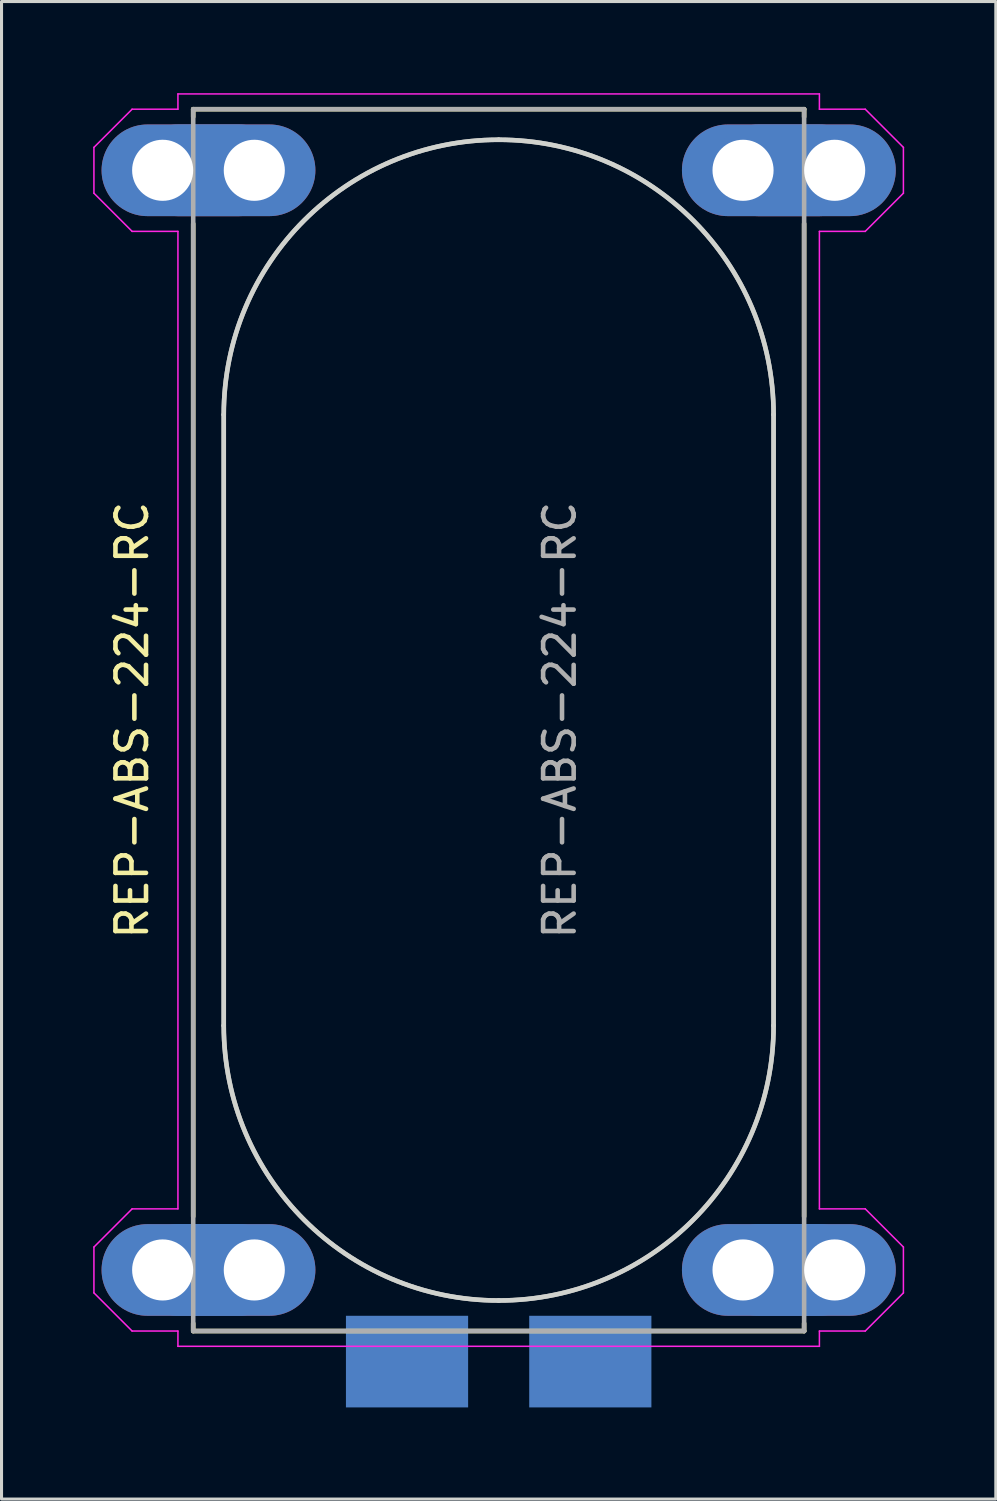
<source format=kicad_pcb>
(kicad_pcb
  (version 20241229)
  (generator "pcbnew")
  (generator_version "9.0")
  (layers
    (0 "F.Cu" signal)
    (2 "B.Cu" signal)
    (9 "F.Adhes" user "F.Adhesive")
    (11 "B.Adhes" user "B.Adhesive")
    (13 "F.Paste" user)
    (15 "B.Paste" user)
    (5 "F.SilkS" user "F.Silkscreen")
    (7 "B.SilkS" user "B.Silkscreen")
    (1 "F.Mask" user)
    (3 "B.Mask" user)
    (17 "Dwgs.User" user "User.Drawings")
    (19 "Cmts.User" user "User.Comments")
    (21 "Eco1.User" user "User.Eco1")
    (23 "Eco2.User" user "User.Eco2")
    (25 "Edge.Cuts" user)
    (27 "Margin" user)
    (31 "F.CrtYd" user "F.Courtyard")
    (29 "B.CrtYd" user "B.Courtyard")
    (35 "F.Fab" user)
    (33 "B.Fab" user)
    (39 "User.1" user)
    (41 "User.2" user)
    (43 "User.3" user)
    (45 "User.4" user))
  (footprint "REP-ABS-224-RC"
    (layer "F.Cu")
    (at 13.275 20.525)
    (property "Reference" "REP-ABS-224-RC" (at -12 0 90) (layer "F.SilkS") (effects (font (size 1 1) (thickness 0.15))))
    (attr through_hole)
    (fp_line (start -10 -20) (end -10 -19.75) (stroke (width 0.15) (type solid)) (layer "F.SilkS"))
    (fp_line (start -10 -16.25) (end -10 16.25) (stroke (width 0.15) (type solid)) (layer "F.SilkS"))
    (fp_line (start -10 20) (end -10 19.75) (stroke (width 0.15) (type solid)) (layer "F.SilkS"))
    (fp_line (start -10 20) (end 10 20) (stroke (width 0.15) (type solid)) (layer "F.SilkS"))
    (fp_line (start 10 -20) (end -10 -20) (stroke (width 0.15) (type solid)) (layer "F.SilkS"))
    (fp_line (start 10 -20) (end 10 -19.75) (stroke (width 0.15) (type solid)) (layer "F.SilkS"))
    (fp_line (start 10 16.25) (end 10 -16.25) (stroke (width 0.15) (type solid)) (layer "F.SilkS"))
    (fp_line (start 10 20) (end 10 19.75) (stroke (width 0.15) (type solid)) (layer "F.SilkS"))
    (fp_line (start -9 10) (end -9 -10) (stroke (width 0.15) (type solid)) (layer "Edge.Cuts"))
    (fp_line (start 9 10) (end 9 -10) (stroke (width 0.15) (type solid)) (layer "Edge.Cuts"))
    (fp_arc (start -9 -10) (mid -6.363961 -16.363961) (end 0 -19) (stroke (width 0.15) (type solid)) (layer "Edge.Cuts"))
    (fp_arc (start 0 -19) (mid 6.363961 -16.363961) (end 9 -10) (stroke (width 0.15) (type solid)) (layer "Edge.Cuts"))
    (fp_arc (start 0 19) (mid -6.363961 16.363961) (end -9 10) (stroke (width 0.15) (type solid)) (layer "Edge.Cuts"))
    (fp_arc (start 9 10) (mid 6.363961 16.363961) (end 0 19) (stroke (width 0.15) (type solid)) (layer "Edge.Cuts"))
    (fp_line (start -13.25 -17.25) (end -13.25 -18.75) (stroke (width 0.05) (type solid)) (layer "F.CrtYd"))
    (fp_line (start -13.25 18.75) (end -13.25 17.25) (stroke (width 0.05) (type solid)) (layer "F.CrtYd"))
    (fp_line (start -13.25 18.75) (end -12 20) (stroke (width 0.05) (type solid)) (layer "F.CrtYd"))
    (fp_line (start -12 -20) (end -13.25 -18.75) (stroke (width 0.05) (type solid)) (layer "F.CrtYd"))
    (fp_line (start -12 -16) (end -13.25 -17.25) (stroke (width 0.05) (type solid)) (layer "F.CrtYd"))
    (fp_line (start -12 16) (end -13.25 17.25) (stroke (width 0.05) (type solid)) (layer "F.CrtYd"))
    (fp_line (start -12 16) (end -10.5 16) (stroke (width 0.05) (type solid)) (layer "F.CrtYd"))
    (fp_line (start -10.5 -20.5) (end -10.5 -20) (stroke (width 0.05) (type solid)) (layer "F.CrtYd"))
    (fp_line (start -10.5 -20.5) (end 10.5 -20.5) (stroke (width 0.05) (type solid)) (layer "F.CrtYd"))
    (fp_line (start -10.5 -20) (end -12 -20) (stroke (width 0.05) (type solid)) (layer "F.CrtYd"))
    (fp_line (start -10.5 -16) (end -12 -16) (stroke (width 0.05) (type solid)) (layer "F.CrtYd"))
    (fp_line (start -10.5 16) (end -10.5 -16) (stroke (width 0.05) (type solid)) (layer "F.CrtYd"))
    (fp_line (start -10.5 20) (end -12 20) (stroke (width 0.05) (type solid)) (layer "F.CrtYd"))
    (fp_line (start -10.5 20.5) (end -10.5 20) (stroke (width 0.05) (type solid)) (layer "F.CrtYd"))
    (fp_line (start 10.5 -20.5) (end 10.5 -20) (stroke (width 0.05) (type solid)) (layer "F.CrtYd"))
    (fp_line (start 10.5 -20) (end 12 -20) (stroke (width 0.05) (type solid)) (layer "F.CrtYd"))
    (fp_line (start 10.5 -16) (end 10.5 16) (stroke (width 0.05) (type solid)) (layer "F.CrtYd"))
    (fp_line (start 10.5 16) (end 12 16) (stroke (width 0.05) (type solid)) (layer "F.CrtYd"))
    (fp_line (start 10.5 20) (end 12 20) (stroke (width 0.05) (type solid)) (layer "F.CrtYd"))
    (fp_line (start 10.5 20.5) (end -10.5 20.5) (stroke (width 0.05) (type solid)) (layer "F.CrtYd"))
    (fp_line (start 10.5 20.5) (end 10.5 20) (stroke (width 0.05) (type solid)) (layer "F.CrtYd"))
    (fp_line (start 12 -20) (end 13.25 -18.75) (stroke (width 0.05) (type solid)) (layer "F.CrtYd"))
    (fp_line (start 12 -16) (end 10.5 -16) (stroke (width 0.05) (type solid)) (layer "F.CrtYd"))
    (fp_line (start 12 16) (end 13.25 17.25) (stroke (width 0.05) (type solid)) (layer "F.CrtYd"))
    (fp_line (start 12 20) (end 13.25 18.75) (stroke (width 0.05) (type solid)) (layer "F.CrtYd"))
    (fp_line (start 13.25 -18.75) (end 13.25 -17.25) (stroke (width 0.05) (type solid)) (layer "F.CrtYd"))
    (fp_line (start 13.25 -17.25) (end 12 -16) (stroke (width 0.05) (type solid)) (layer "F.CrtYd"))
    (fp_line (start 13.25 17.25) (end 13.25 18.75) (stroke (width 0.05) (type solid)) (layer "F.CrtYd"))
    (fp_line (start -10 -20) (end -10 20) (stroke (width 0.15) (type solid)) (layer "F.Fab"))
    (fp_line (start -10 20) (end 10 20) (stroke (width 0.15) (type solid)) (layer "F.Fab"))
    (fp_line (start -9 10) (end -9 -10) (stroke (width 0.15) (type solid)) (layer "F.Fab"))
    (fp_line (start 9 10) (end 9 -10) (stroke (width 0.15) (type solid)) (layer "F.Fab"))
    (fp_line (start 10 -20) (end -10 -20) (stroke (width 0.15) (type solid)) (layer "F.Fab"))
    (fp_line (start 10 20) (end 10 -20) (stroke (width 0.15) (type solid)) (layer "F.Fab"))
    (fp_arc (start -9 -10) (mid -6.363961 -16.363961) (end 0 -19) (stroke (width 0.15) (type solid)) (layer "F.Fab"))
    (fp_arc (start 0 -19) (mid 6.363961 -16.363961) (end 9 -10) (stroke (width 0.15) (type solid)) (layer "F.Fab"))
    (fp_arc (start 0 19) (mid -6.363961 16.363961) (end -9 10) (stroke (width 0.15) (type solid)) (layer "F.Fab"))
    (fp_arc (start 9 10) (mid 6.363961 16.363961) (end 0 19) (stroke (width 0.15) (type solid)) (layer "F.Fab"))
    (fp_text user "${REFERENCE}" (at 2 0 90) (layer "F.Fab") (effects (font (size 1 1) (thickness 0.15))))
    (pad "1" smd rect (at -3 21) (size 4 3) (layers "B.Cu" "B.Mask" "B.Paste"))
    (pad "2" smd rect (at 3 21) (size 4 3) (layers "B.Cu" "B.Mask" "B.Paste"))
    (pad "3" thru_hole oval (at -11 -18) (size 6 3) (drill 2 (offset 1 0)) (layers "*.Cu" "*.Mask"))
    (pad "3" thru_hole oval (at -11 18) (size 6 3) (drill 2 (offset 1 0)) (layers "*.Cu" "*.Mask"))
    (pad "3" thru_hole oval (at -8 -18) (size 6 3) (drill 2 (offset -1 0)) (layers "*.Cu" "*.Mask"))
    (pad "3" thru_hole oval (at -8 18) (size 6 3) (drill 2 (offset -1 0)) (layers "*.Cu" "*.Mask"))
    (pad "3" thru_hole oval (at 8 -18) (size 6 3) (drill 2 (offset 1 0)) (layers "*.Cu" "*.Mask"))
    (pad "3" thru_hole oval (at 8 18) (size 6 3) (drill 2 (offset 1 0)) (layers "*.Cu" "*.Mask"))
    (pad "3" thru_hole oval (at 11 -18) (size 6 3) (drill 2 (offset -1 0)) (layers "*.Cu" "*.Mask"))
    (pad "3" thru_hole oval (at 11 18) (size 6 3) (drill 2 (offset -1 0)) (layers "*.Cu" "*.Mask")))
  (gr_rect
    (start -3 -3)
    (end 29.55 46.025)
    (stroke (width 0.1) (type default))
    (fill no)
    (layer "Edge.Cuts")))
</source>
